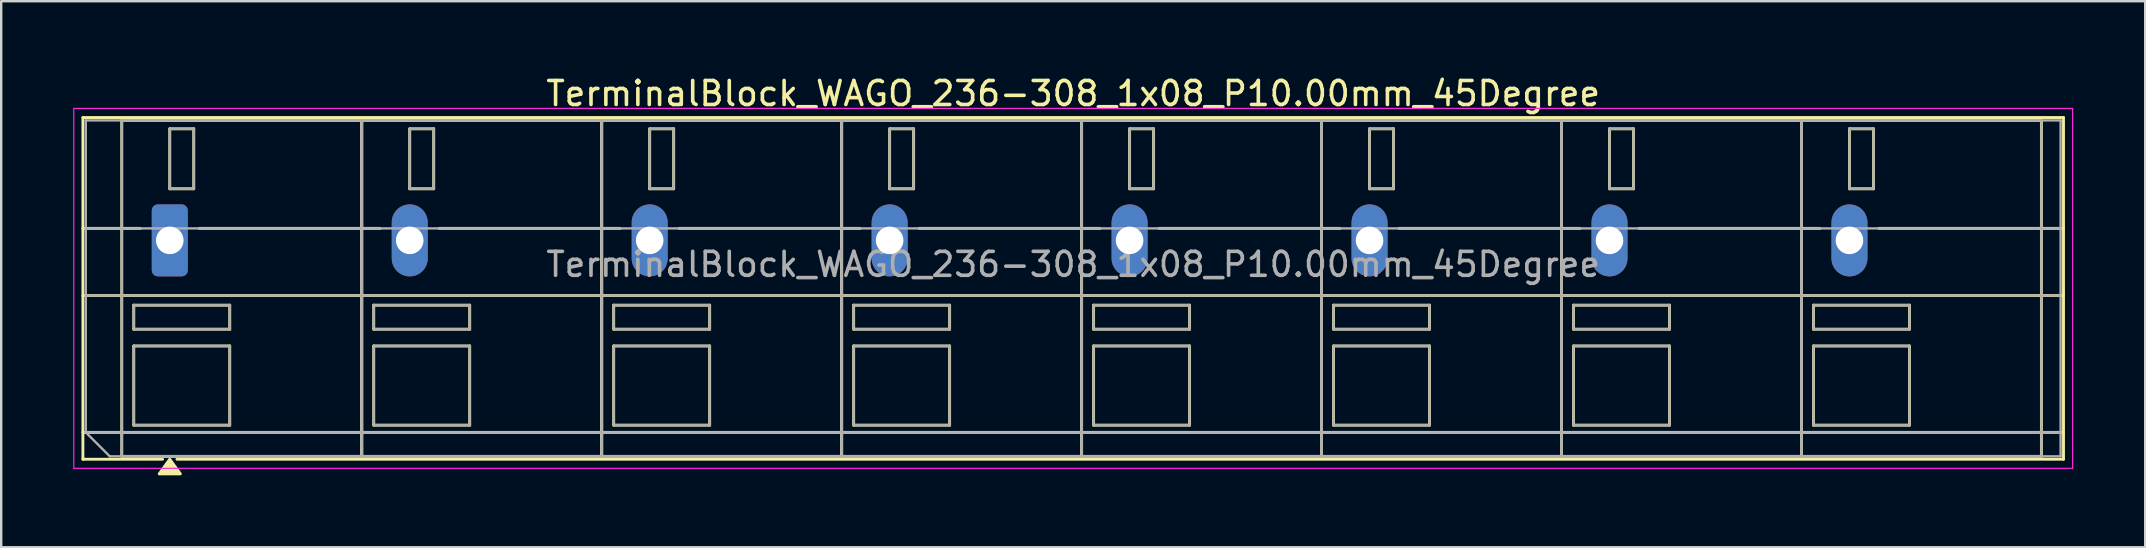
<source format=kicad_pcb>
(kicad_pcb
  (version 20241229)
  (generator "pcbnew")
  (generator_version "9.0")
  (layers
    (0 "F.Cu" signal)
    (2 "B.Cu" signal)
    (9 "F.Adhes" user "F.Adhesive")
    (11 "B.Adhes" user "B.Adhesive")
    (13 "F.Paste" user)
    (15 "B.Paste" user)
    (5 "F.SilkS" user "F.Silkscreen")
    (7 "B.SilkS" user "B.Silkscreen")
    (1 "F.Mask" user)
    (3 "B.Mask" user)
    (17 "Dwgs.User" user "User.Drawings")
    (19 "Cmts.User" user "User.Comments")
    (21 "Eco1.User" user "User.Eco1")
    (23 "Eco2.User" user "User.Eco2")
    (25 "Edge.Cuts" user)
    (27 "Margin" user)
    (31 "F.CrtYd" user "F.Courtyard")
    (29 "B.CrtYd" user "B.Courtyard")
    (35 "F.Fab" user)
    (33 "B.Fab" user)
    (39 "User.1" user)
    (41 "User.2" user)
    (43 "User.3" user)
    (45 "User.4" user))
  (footprint "TerminalBlock_WAGO_236-308_1x08_P10.00mm_45Degree"
    (layer "F.Cu")
    (at 4.025 6.968)
    (property "Reference" "TerminalBlock_WAGO_236-308_1x08_P10.00mm_45Degree" (at 37.65 -6.12 0) (layer "F.SilkS") (effects (font (size 1 1) (thickness 0.15))))
    (attr through_hole)
    (fp_line (start -3.62 -5.12) (end 78.92 -5.12) (stroke (width 0.12) (type solid)) (layer "F.SilkS"))
    (fp_line (start -3.62 -0.5) (end -1.23 -0.5) (stroke (width 0.12) (type solid)) (layer "F.SilkS"))
    (fp_line (start -3.62 2.3) (end 78.92 2.3) (stroke (width 0.12) (type solid)) (layer "F.SilkS"))
    (fp_line (start -3.62 8) (end 78.92 8) (stroke (width 0.12) (type solid)) (layer "F.SilkS"))
    (fp_line (start -3.62 9.12) (end -3.62 -5.12) (stroke (width 0.12) (type solid)) (layer "F.SilkS"))
    (fp_line (start -2 -5) (end 8 -5) (stroke (width 0.12) (type solid)) (layer "F.SilkS"))
    (fp_line (start -2 9) (end -2 -5) (stroke (width 0.12) (type solid)) (layer "F.SilkS"))
    (fp_line (start -1.5 2.7) (end 2.5 2.7) (stroke (width 0.12) (type solid)) (layer "F.SilkS"))
    (fp_line (start -1.5 3.7) (end -1.5 2.7) (stroke (width 0.12) (type solid)) (layer "F.SilkS"))
    (fp_line (start -1.5 4.4) (end 2.5 4.4) (stroke (width 0.12) (type solid)) (layer "F.SilkS"))
    (fp_line (start -1.5 7.7) (end -1.5 4.4) (stroke (width 0.12) (type solid)) (layer "F.SilkS"))
    (fp_line (start -0.3 9.12) (end -3.62 9.12) (stroke (width 0.12) (type solid)) (layer "F.SilkS"))
    (fp_line (start 0 -4.65) (end 1 -4.65) (stroke (width 0.12) (type solid)) (layer "F.SilkS"))
    (fp_line (start 0 -2.15) (end 0 -4.65) (stroke (width 0.12) (type solid)) (layer "F.SilkS"))
    (fp_line (start 1 -4.65) (end 1 -2.15) (stroke (width 0.12) (type solid)) (layer "F.SilkS"))
    (fp_line (start 1 -2.15) (end 0 -2.15) (stroke (width 0.12) (type solid)) (layer "F.SilkS"))
    (fp_line (start 1.23 -0.5) (end 8.77 -0.5) (stroke (width 0.12) (type solid)) (layer "F.SilkS"))
    (fp_line (start 2.5 2.7) (end 2.5 3.7) (stroke (width 0.12) (type solid)) (layer "F.SilkS"))
    (fp_line (start 2.5 3.7) (end -1.5 3.7) (stroke (width 0.12) (type solid)) (layer "F.SilkS"))
    (fp_line (start 2.5 4.4) (end 2.5 7.7) (stroke (width 0.12) (type solid)) (layer "F.SilkS"))
    (fp_line (start 2.5 7.7) (end -1.5 7.7) (stroke (width 0.12) (type solid)) (layer "F.SilkS"))
    (fp_line (start 8 -5) (end 8 9) (stroke (width 0.12) (type solid)) (layer "F.SilkS"))
    (fp_line (start 8 -5) (end 18 -5) (stroke (width 0.12) (type solid)) (layer "F.SilkS"))
    (fp_line (start 8 9) (end -2 9) (stroke (width 0.12) (type solid)) (layer "F.SilkS"))
    (fp_line (start 8 9) (end 8 -5) (stroke (width 0.12) (type solid)) (layer "F.SilkS"))
    (fp_line (start 8.5 2.7) (end 12.5 2.7) (stroke (width 0.12) (type solid)) (layer "F.SilkS"))
    (fp_line (start 8.5 3.7) (end 8.5 2.7) (stroke (width 0.12) (type solid)) (layer "F.SilkS"))
    (fp_line (start 8.5 4.4) (end 12.5 4.4) (stroke (width 0.12) (type solid)) (layer "F.SilkS"))
    (fp_line (start 8.5 7.7) (end 8.5 4.4) (stroke (width 0.12) (type solid)) (layer "F.SilkS"))
    (fp_line (start 10 -4.65) (end 11 -4.65) (stroke (width 0.12) (type solid)) (layer "F.SilkS"))
    (fp_line (start 10 -2.15) (end 10 -4.65) (stroke (width 0.12) (type solid)) (layer "F.SilkS"))
    (fp_line (start 11 -4.65) (end 11 -2.15) (stroke (width 0.12) (type solid)) (layer "F.SilkS"))
    (fp_line (start 11 -2.15) (end 10 -2.15) (stroke (width 0.12) (type solid)) (layer "F.SilkS"))
    (fp_line (start 11.23 -0.5) (end 18.77 -0.5) (stroke (width 0.12) (type solid)) (layer "F.SilkS"))
    (fp_line (start 12.5 2.7) (end 12.5 3.7) (stroke (width 0.12) (type solid)) (layer "F.SilkS"))
    (fp_line (start 12.5 3.7) (end 8.5 3.7) (stroke (width 0.12) (type solid)) (layer "F.SilkS"))
    (fp_line (start 12.5 4.4) (end 12.5 7.7) (stroke (width 0.12) (type solid)) (layer "F.SilkS"))
    (fp_line (start 12.5 7.7) (end 8.5 7.7) (stroke (width 0.12) (type solid)) (layer "F.SilkS"))
    (fp_line (start 18 -5) (end 18 9) (stroke (width 0.12) (type solid)) (layer "F.SilkS"))
    (fp_line (start 18 -5) (end 28 -5) (stroke (width 0.12) (type solid)) (layer "F.SilkS"))
    (fp_line (start 18 9) (end 8 9) (stroke (width 0.12) (type solid)) (layer "F.SilkS"))
    (fp_line (start 18 9) (end 18 -5) (stroke (width 0.12) (type solid)) (layer "F.SilkS"))
    (fp_line (start 18.5 2.7) (end 22.5 2.7) (stroke (width 0.12) (type solid)) (layer "F.SilkS"))
    (fp_line (start 18.5 3.7) (end 18.5 2.7) (stroke (width 0.12) (type solid)) (layer "F.SilkS"))
    (fp_line (start 18.5 4.4) (end 22.5 4.4) (stroke (width 0.12) (type solid)) (layer "F.SilkS"))
    (fp_line (start 18.5 7.7) (end 18.5 4.4) (stroke (width 0.12) (type solid)) (layer "F.SilkS"))
    (fp_line (start 20 -4.65) (end 21 -4.65) (stroke (width 0.12) (type solid)) (layer "F.SilkS"))
    (fp_line (start 20 -2.15) (end 20 -4.65) (stroke (width 0.12) (type solid)) (layer "F.SilkS"))
    (fp_line (start 21 -4.65) (end 21 -2.15) (stroke (width 0.12) (type solid)) (layer "F.SilkS"))
    (fp_line (start 21 -2.15) (end 20 -2.15) (stroke (width 0.12) (type solid)) (layer "F.SilkS"))
    (fp_line (start 21.23 -0.5) (end 28.77 -0.5) (stroke (width 0.12) (type solid)) (layer "F.SilkS"))
    (fp_line (start 22.5 2.7) (end 22.5 3.7) (stroke (width 0.12) (type solid)) (layer "F.SilkS"))
    (fp_line (start 22.5 3.7) (end 18.5 3.7) (stroke (width 0.12) (type solid)) (layer "F.SilkS"))
    (fp_line (start 22.5 4.4) (end 22.5 7.7) (stroke (width 0.12) (type solid)) (layer "F.SilkS"))
    (fp_line (start 22.5 7.7) (end 18.5 7.7) (stroke (width 0.12) (type solid)) (layer "F.SilkS"))
    (fp_line (start 28 -5) (end 28 9) (stroke (width 0.12) (type solid)) (layer "F.SilkS"))
    (fp_line (start 28 -5) (end 38 -5) (stroke (width 0.12) (type solid)) (layer "F.SilkS"))
    (fp_line (start 28 9) (end 18 9) (stroke (width 0.12) (type solid)) (layer "F.SilkS"))
    (fp_line (start 28 9) (end 28 -5) (stroke (width 0.12) (type solid)) (layer "F.SilkS"))
    (fp_line (start 28.5 2.7) (end 32.5 2.7) (stroke (width 0.12) (type solid)) (layer "F.SilkS"))
    (fp_line (start 28.5 3.7) (end 28.5 2.7) (stroke (width 0.12) (type solid)) (layer "F.SilkS"))
    (fp_line (start 28.5 4.4) (end 32.5 4.4) (stroke (width 0.12) (type solid)) (layer "F.SilkS"))
    (fp_line (start 28.5 7.7) (end 28.5 4.4) (stroke (width 0.12) (type solid)) (layer "F.SilkS"))
    (fp_line (start 30 -4.65) (end 31 -4.65) (stroke (width 0.12) (type solid)) (layer "F.SilkS"))
    (fp_line (start 30 -2.15) (end 30 -4.65) (stroke (width 0.12) (type solid)) (layer "F.SilkS"))
    (fp_line (start 31 -4.65) (end 31 -2.15) (stroke (width 0.12) (type solid)) (layer "F.SilkS"))
    (fp_line (start 31 -2.15) (end 30 -2.15) (stroke (width 0.12) (type solid)) (layer "F.SilkS"))
    (fp_line (start 31.23 -0.5) (end 38.77 -0.5) (stroke (width 0.12) (type solid)) (layer "F.SilkS"))
    (fp_line (start 32.5 2.7) (end 32.5 3.7) (stroke (width 0.12) (type solid)) (layer "F.SilkS"))
    (fp_line (start 32.5 3.7) (end 28.5 3.7) (stroke (width 0.12) (type solid)) (layer "F.SilkS"))
    (fp_line (start 32.5 4.4) (end 32.5 7.7) (stroke (width 0.12) (type solid)) (layer "F.SilkS"))
    (fp_line (start 32.5 7.7) (end 28.5 7.7) (stroke (width 0.12) (type solid)) (layer "F.SilkS"))
    (fp_line (start 38 -5) (end 38 9) (stroke (width 0.12) (type solid)) (layer "F.SilkS"))
    (fp_line (start 38 -5) (end 48 -5) (stroke (width 0.12) (type solid)) (layer "F.SilkS"))
    (fp_line (start 38 9) (end 28 9) (stroke (width 0.12) (type solid)) (layer "F.SilkS"))
    (fp_line (start 38 9) (end 38 -5) (stroke (width 0.12) (type solid)) (layer "F.SilkS"))
    (fp_line (start 38.5 2.7) (end 42.5 2.7) (stroke (width 0.12) (type solid)) (layer "F.SilkS"))
    (fp_line (start 38.5 3.7) (end 38.5 2.7) (stroke (width 0.12) (type solid)) (layer "F.SilkS"))
    (fp_line (start 38.5 4.4) (end 42.5 4.4) (stroke (width 0.12) (type solid)) (layer "F.SilkS"))
    (fp_line (start 38.5 7.7) (end 38.5 4.4) (stroke (width 0.12) (type solid)) (layer "F.SilkS"))
    (fp_line (start 40 -4.65) (end 41 -4.65) (stroke (width 0.12) (type solid)) (layer "F.SilkS"))
    (fp_line (start 40 -2.15) (end 40 -4.65) (stroke (width 0.12) (type solid)) (layer "F.SilkS"))
    (fp_line (start 41 -4.65) (end 41 -2.15) (stroke (width 0.12) (type solid)) (layer "F.SilkS"))
    (fp_line (start 41 -2.15) (end 40 -2.15) (stroke (width 0.12) (type solid)) (layer "F.SilkS"))
    (fp_line (start 41.23 -0.5) (end 48.77 -0.5) (stroke (width 0.12) (type solid)) (layer "F.SilkS"))
    (fp_line (start 42.5 2.7) (end 42.5 3.7) (stroke (width 0.12) (type solid)) (layer "F.SilkS"))
    (fp_line (start 42.5 3.7) (end 38.5 3.7) (stroke (width 0.12) (type solid)) (layer "F.SilkS"))
    (fp_line (start 42.5 4.4) (end 42.5 7.7) (stroke (width 0.12) (type solid)) (layer "F.SilkS"))
    (fp_line (start 42.5 7.7) (end 38.5 7.7) (stroke (width 0.12) (type solid)) (layer "F.SilkS"))
    (fp_line (start 48 -5) (end 48 9) (stroke (width 0.12) (type solid)) (layer "F.SilkS"))
    (fp_line (start 48 -5) (end 58 -5) (stroke (width 0.12) (type solid)) (layer "F.SilkS"))
    (fp_line (start 48 9) (end 38 9) (stroke (width 0.12) (type solid)) (layer "F.SilkS"))
    (fp_line (start 48 9) (end 48 -5) (stroke (width 0.12) (type solid)) (layer "F.SilkS"))
    (fp_line (start 48.5 2.7) (end 52.5 2.7) (stroke (width 0.12) (type solid)) (layer "F.SilkS"))
    (fp_line (start 48.5 3.7) (end 48.5 2.7) (stroke (width 0.12) (type solid)) (layer "F.SilkS"))
    (fp_line (start 48.5 4.4) (end 52.5 4.4) (stroke (width 0.12) (type solid)) (layer "F.SilkS"))
    (fp_line (start 48.5 7.7) (end 48.5 4.4) (stroke (width 0.12) (type solid)) (layer "F.SilkS"))
    (fp_line (start 50 -4.65) (end 51 -4.65) (stroke (width 0.12) (type solid)) (layer "F.SilkS"))
    (fp_line (start 50 -2.15) (end 50 -4.65) (stroke (width 0.12) (type solid)) (layer "F.SilkS"))
    (fp_line (start 51 -4.65) (end 51 -2.15) (stroke (width 0.12) (type solid)) (layer "F.SilkS"))
    (fp_line (start 51 -2.15) (end 50 -2.15) (stroke (width 0.12) (type solid)) (layer "F.SilkS"))
    (fp_line (start 51.23 -0.5) (end 58.77 -0.5) (stroke (width 0.12) (type solid)) (layer "F.SilkS"))
    (fp_line (start 52.5 2.7) (end 52.5 3.7) (stroke (width 0.12) (type solid)) (layer "F.SilkS"))
    (fp_line (start 52.5 3.7) (end 48.5 3.7) (stroke (width 0.12) (type solid)) (layer "F.SilkS"))
    (fp_line (start 52.5 4.4) (end 52.5 7.7) (stroke (width 0.12) (type solid)) (layer "F.SilkS"))
    (fp_line (start 52.5 7.7) (end 48.5 7.7) (stroke (width 0.12) (type solid)) (layer "F.SilkS"))
    (fp_line (start 58 -5) (end 58 9) (stroke (width 0.12) (type solid)) (layer "F.SilkS"))
    (fp_line (start 58 -5) (end 68 -5) (stroke (width 0.12) (type solid)) (layer "F.SilkS"))
    (fp_line (start 58 9) (end 48 9) (stroke (width 0.12) (type solid)) (layer "F.SilkS"))
    (fp_line (start 58 9) (end 58 -5) (stroke (width 0.12) (type solid)) (layer "F.SilkS"))
    (fp_line (start 58.5 2.7) (end 62.5 2.7) (stroke (width 0.12) (type solid)) (layer "F.SilkS"))
    (fp_line (start 58.5 3.7) (end 58.5 2.7) (stroke (width 0.12) (type solid)) (layer "F.SilkS"))
    (fp_line (start 58.5 4.4) (end 62.5 4.4) (stroke (width 0.12) (type solid)) (layer "F.SilkS"))
    (fp_line (start 58.5 7.7) (end 58.5 4.4) (stroke (width 0.12) (type solid)) (layer "F.SilkS"))
    (fp_line (start 60 -4.65) (end 61 -4.65) (stroke (width 0.12) (type solid)) (layer "F.SilkS"))
    (fp_line (start 60 -2.15) (end 60 -4.65) (stroke (width 0.12) (type solid)) (layer "F.SilkS"))
    (fp_line (start 61 -4.65) (end 61 -2.15) (stroke (width 0.12) (type solid)) (layer "F.SilkS"))
    (fp_line (start 61 -2.15) (end 60 -2.15) (stroke (width 0.12) (type solid)) (layer "F.SilkS"))
    (fp_line (start 61.23 -0.5) (end 68.77 -0.5) (stroke (width 0.12) (type solid)) (layer "F.SilkS"))
    (fp_line (start 62.5 2.7) (end 62.5 3.7) (stroke (width 0.12) (type solid)) (layer "F.SilkS"))
    (fp_line (start 62.5 3.7) (end 58.5 3.7) (stroke (width 0.12) (type solid)) (layer "F.SilkS"))
    (fp_line (start 62.5 4.4) (end 62.5 7.7) (stroke (width 0.12) (type solid)) (layer "F.SilkS"))
    (fp_line (start 62.5 7.7) (end 58.5 7.7) (stroke (width 0.12) (type solid)) (layer "F.SilkS"))
    (fp_line (start 68 -5) (end 68 9) (stroke (width 0.12) (type solid)) (layer "F.SilkS"))
    (fp_line (start 68 -5) (end 78 -5) (stroke (width 0.12) (type solid)) (layer "F.SilkS"))
    (fp_line (start 68 9) (end 58 9) (stroke (width 0.12) (type solid)) (layer "F.SilkS"))
    (fp_line (start 68 9) (end 68 -5) (stroke (width 0.12) (type solid)) (layer "F.SilkS"))
    (fp_line (start 68.5 2.7) (end 72.5 2.7) (stroke (width 0.12) (type solid)) (layer "F.SilkS"))
    (fp_line (start 68.5 3.7) (end 68.5 2.7) (stroke (width 0.12) (type solid)) (layer "F.SilkS"))
    (fp_line (start 68.5 4.4) (end 72.5 4.4) (stroke (width 0.12) (type solid)) (layer "F.SilkS"))
    (fp_line (start 68.5 7.7) (end 68.5 4.4) (stroke (width 0.12) (type solid)) (layer "F.SilkS"))
    (fp_line (start 70 -4.65) (end 71 -4.65) (stroke (width 0.12) (type solid)) (layer "F.SilkS"))
    (fp_line (start 70 -2.15) (end 70 -4.65) (stroke (width 0.12) (type solid)) (layer "F.SilkS"))
    (fp_line (start 71 -4.65) (end 71 -2.15) (stroke (width 0.12) (type solid)) (layer "F.SilkS"))
    (fp_line (start 71 -2.15) (end 70 -2.15) (stroke (width 0.12) (type solid)) (layer "F.SilkS"))
    (fp_line (start 71.23 -0.5) (end 78.92 -0.5) (stroke (width 0.12) (type solid)) (layer "F.SilkS"))
    (fp_line (start 72.5 2.7) (end 72.5 3.7) (stroke (width 0.12) (type solid)) (layer "F.SilkS"))
    (fp_line (start 72.5 3.7) (end 68.5 3.7) (stroke (width 0.12) (type solid)) (layer "F.SilkS"))
    (fp_line (start 72.5 4.4) (end 72.5 7.7) (stroke (width 0.12) (type solid)) (layer "F.SilkS"))
    (fp_line (start 72.5 7.7) (end 68.5 7.7) (stroke (width 0.12) (type solid)) (layer "F.SilkS"))
    (fp_line (start 78 -5) (end 78 9) (stroke (width 0.12) (type solid)) (layer "F.SilkS"))
    (fp_line (start 78 9) (end 68 9) (stroke (width 0.12) (type solid)) (layer "F.SilkS"))
    (fp_line (start 78.92 -5.12) (end 78.92 9.12) (stroke (width 0.12) (type solid)) (layer "F.SilkS"))
    (fp_line (start 78.92 9.12) (end 0.3 9.12) (stroke (width 0.12) (type solid)) (layer "F.SilkS"))
    (fp_poly (pts (xy 0 9.12) (xy 0.44 9.73) (xy -0.44 9.73)) (stroke (width 0.12) (type solid)) (fill yes) (layer "F.SilkS"))
    (fp_line (start -4 -5.5) (end -4 9.5) (stroke (width 0.05) (type solid)) (layer "F.CrtYd"))
    (fp_line (start -4 9.5) (end 79.3 9.5) (stroke (width 0.05) (type solid)) (layer "F.CrtYd"))
    (fp_line (start 79.3 -5.5) (end -4 -5.5) (stroke (width 0.05) (type solid)) (layer "F.CrtYd"))
    (fp_line (start 79.3 9.5) (end 79.3 -5.5) (stroke (width 0.05) (type solid)) (layer "F.CrtYd"))
    (fp_line (start -3.5 -5) (end 78.8 -5) (stroke (width 0.1) (type solid)) (layer "F.Fab"))
    (fp_line (start -3.5 -0.5) (end 78.8 -0.5) (stroke (width 0.1) (type solid)) (layer "F.Fab"))
    (fp_line (start -3.5 2.3) (end 78.8 2.3) (stroke (width 0.1) (type solid)) (layer "F.Fab"))
    (fp_line (start -3.5 8) (end -3.5 -5) (stroke (width 0.1) (type solid)) (layer "F.Fab"))
    (fp_line (start -3.5 8) (end 78.8 8) (stroke (width 0.1) (type solid)) (layer "F.Fab"))
    (fp_line (start -2.5 9) (end -3.5 8) (stroke (width 0.1) (type solid)) (layer "F.Fab"))
    (fp_line (start -2 -5) (end -2 9) (stroke (width 0.1) (type solid)) (layer "F.Fab"))
    (fp_line (start -2 9) (end 8 9) (stroke (width 0.1) (type solid)) (layer "F.Fab"))
    (fp_line (start -1.5 2.7) (end -1.5 3.7) (stroke (width 0.1) (type solid)) (layer "F.Fab"))
    (fp_line (start -1.5 3.7) (end 2.5 3.7) (stroke (width 0.1) (type solid)) (layer "F.Fab"))
    (fp_line (start -1.5 4.4) (end -1.5 7.7) (stroke (width 0.1) (type solid)) (layer "F.Fab"))
    (fp_line (start -1.5 7.7) (end 2.5 7.7) (stroke (width 0.1) (type solid)) (layer "F.Fab"))
    (fp_line (start 0 -4.65) (end 0 -2.15) (stroke (width 0.1) (type solid)) (layer "F.Fab"))
    (fp_line (start 0 -2.15) (end 1 -2.15) (stroke (width 0.1) (type solid)) (layer "F.Fab"))
    (fp_line (start 1 -4.65) (end 0 -4.65) (stroke (width 0.1) (type solid)) (layer "F.Fab"))
    (fp_line (start 1 -2.15) (end 1 -4.65) (stroke (width 0.1) (type solid)) (layer "F.Fab"))
    (fp_line (start 2.5 2.7) (end -1.5 2.7) (stroke (width 0.1) (type solid)) (layer "F.Fab"))
    (fp_line (start 2.5 3.7) (end 2.5 2.7) (stroke (width 0.1) (type solid)) (layer "F.Fab"))
    (fp_line (start 2.5 4.4) (end -1.5 4.4) (stroke (width 0.1) (type solid)) (layer "F.Fab"))
    (fp_line (start 2.5 7.7) (end 2.5 4.4) (stroke (width 0.1) (type solid)) (layer "F.Fab"))
    (fp_line (start 8 -5) (end -2 -5) (stroke (width 0.1) (type solid)) (layer "F.Fab"))
    (fp_line (start 8 -5) (end 8 9) (stroke (width 0.1) (type solid)) (layer "F.Fab"))
    (fp_line (start 8 9) (end 8 -5) (stroke (width 0.1) (type solid)) (layer "F.Fab"))
    (fp_line (start 8 9) (end 18 9) (stroke (width 0.1) (type solid)) (layer "F.Fab"))
    (fp_line (start 8.5 2.7) (end 8.5 3.7) (stroke (width 0.1) (type solid)) (layer "F.Fab"))
    (fp_line (start 8.5 3.7) (end 12.5 3.7) (stroke (width 0.1) (type solid)) (layer "F.Fab"))
    (fp_line (start 8.5 4.4) (end 8.5 7.7) (stroke (width 0.1) (type solid)) (layer "F.Fab"))
    (fp_line (start 8.5 7.7) (end 12.5 7.7) (stroke (width 0.1) (type solid)) (layer "F.Fab"))
    (fp_line (start 10 -4.65) (end 10 -2.15) (stroke (width 0.1) (type solid)) (layer "F.Fab"))
    (fp_line (start 10 -2.15) (end 11 -2.15) (stroke (width 0.1) (type solid)) (layer "F.Fab"))
    (fp_line (start 11 -4.65) (end 10 -4.65) (stroke (width 0.1) (type solid)) (layer "F.Fab"))
    (fp_line (start 11 -2.15) (end 11 -4.65) (stroke (width 0.1) (type solid)) (layer "F.Fab"))
    (fp_line (start 12.5 2.7) (end 8.5 2.7) (stroke (width 0.1) (type solid)) (layer "F.Fab"))
    (fp_line (start 12.5 3.7) (end 12.5 2.7) (stroke (width 0.1) (type solid)) (layer "F.Fab"))
    (fp_line (start 12.5 4.4) (end 8.5 4.4) (stroke (width 0.1) (type solid)) (layer "F.Fab"))
    (fp_line (start 12.5 7.7) (end 12.5 4.4) (stroke (width 0.1) (type solid)) (layer "F.Fab"))
    (fp_line (start 18 -5) (end 8 -5) (stroke (width 0.1) (type solid)) (layer "F.Fab"))
    (fp_line (start 18 -5) (end 18 9) (stroke (width 0.1) (type solid)) (layer "F.Fab"))
    (fp_line (start 18 9) (end 18 -5) (stroke (width 0.1) (type solid)) (layer "F.Fab"))
    (fp_line (start 18 9) (end 28 9) (stroke (width 0.1) (type solid)) (layer "F.Fab"))
    (fp_line (start 18.5 2.7) (end 18.5 3.7) (stroke (width 0.1) (type solid)) (layer "F.Fab"))
    (fp_line (start 18.5 3.7) (end 22.5 3.7) (stroke (width 0.1) (type solid)) (layer "F.Fab"))
    (fp_line (start 18.5 4.4) (end 18.5 7.7) (stroke (width 0.1) (type solid)) (layer "F.Fab"))
    (fp_line (start 18.5 7.7) (end 22.5 7.7) (stroke (width 0.1) (type solid)) (layer "F.Fab"))
    (fp_line (start 20 -4.65) (end 20 -2.15) (stroke (width 0.1) (type solid)) (layer "F.Fab"))
    (fp_line (start 20 -2.15) (end 21 -2.15) (stroke (width 0.1) (type solid)) (layer "F.Fab"))
    (fp_line (start 21 -4.65) (end 20 -4.65) (stroke (width 0.1) (type solid)) (layer "F.Fab"))
    (fp_line (start 21 -2.15) (end 21 -4.65) (stroke (width 0.1) (type solid)) (layer "F.Fab"))
    (fp_line (start 22.5 2.7) (end 18.5 2.7) (stroke (width 0.1) (type solid)) (layer "F.Fab"))
    (fp_line (start 22.5 3.7) (end 22.5 2.7) (stroke (width 0.1) (type solid)) (layer "F.Fab"))
    (fp_line (start 22.5 4.4) (end 18.5 4.4) (stroke (width 0.1) (type solid)) (layer "F.Fab"))
    (fp_line (start 22.5 7.7) (end 22.5 4.4) (stroke (width 0.1) (type solid)) (layer "F.Fab"))
    (fp_line (start 28 -5) (end 18 -5) (stroke (width 0.1) (type solid)) (layer "F.Fab"))
    (fp_line (start 28 -5) (end 28 9) (stroke (width 0.1) (type solid)) (layer "F.Fab"))
    (fp_line (start 28 9) (end 28 -5) (stroke (width 0.1) (type solid)) (layer "F.Fab"))
    (fp_line (start 28 9) (end 38 9) (stroke (width 0.1) (type solid)) (layer "F.Fab"))
    (fp_line (start 28.5 2.7) (end 28.5 3.7) (stroke (width 0.1) (type solid)) (layer "F.Fab"))
    (fp_line (start 28.5 3.7) (end 32.5 3.7) (stroke (width 0.1) (type solid)) (layer "F.Fab"))
    (fp_line (start 28.5 4.4) (end 28.5 7.7) (stroke (width 0.1) (type solid)) (layer "F.Fab"))
    (fp_line (start 28.5 7.7) (end 32.5 7.7) (stroke (width 0.1) (type solid)) (layer "F.Fab"))
    (fp_line (start 30 -4.65) (end 30 -2.15) (stroke (width 0.1) (type solid)) (layer "F.Fab"))
    (fp_line (start 30 -2.15) (end 31 -2.15) (stroke (width 0.1) (type solid)) (layer "F.Fab"))
    (fp_line (start 31 -4.65) (end 30 -4.65) (stroke (width 0.1) (type solid)) (layer "F.Fab"))
    (fp_line (start 31 -2.15) (end 31 -4.65) (stroke (width 0.1) (type solid)) (layer "F.Fab"))
    (fp_line (start 32.5 2.7) (end 28.5 2.7) (stroke (width 0.1) (type solid)) (layer "F.Fab"))
    (fp_line (start 32.5 3.7) (end 32.5 2.7) (stroke (width 0.1) (type solid)) (layer "F.Fab"))
    (fp_line (start 32.5 4.4) (end 28.5 4.4) (stroke (width 0.1) (type solid)) (layer "F.Fab"))
    (fp_line (start 32.5 7.7) (end 32.5 4.4) (stroke (width 0.1) (type solid)) (layer "F.Fab"))
    (fp_line (start 38 -5) (end 28 -5) (stroke (width 0.1) (type solid)) (layer "F.Fab"))
    (fp_line (start 38 -5) (end 38 9) (stroke (width 0.1) (type solid)) (layer "F.Fab"))
    (fp_line (start 38 9) (end 38 -5) (stroke (width 0.1) (type solid)) (layer "F.Fab"))
    (fp_line (start 38 9) (end 48 9) (stroke (width 0.1) (type solid)) (layer "F.Fab"))
    (fp_line (start 38.5 2.7) (end 38.5 3.7) (stroke (width 0.1) (type solid)) (layer "F.Fab"))
    (fp_line (start 38.5 3.7) (end 42.5 3.7) (stroke (width 0.1) (type solid)) (layer "F.Fab"))
    (fp_line (start 38.5 4.4) (end 38.5 7.7) (stroke (width 0.1) (type solid)) (layer "F.Fab"))
    (fp_line (start 38.5 7.7) (end 42.5 7.7) (stroke (width 0.1) (type solid)) (layer "F.Fab"))
    (fp_line (start 40 -4.65) (end 40 -2.15) (stroke (width 0.1) (type solid)) (layer "F.Fab"))
    (fp_line (start 40 -2.15) (end 41 -2.15) (stroke (width 0.1) (type solid)) (layer "F.Fab"))
    (fp_line (start 41 -4.65) (end 40 -4.65) (stroke (width 0.1) (type solid)) (layer "F.Fab"))
    (fp_line (start 41 -2.15) (end 41 -4.65) (stroke (width 0.1) (type solid)) (layer "F.Fab"))
    (fp_line (start 42.5 2.7) (end 38.5 2.7) (stroke (width 0.1) (type solid)) (layer "F.Fab"))
    (fp_line (start 42.5 3.7) (end 42.5 2.7) (stroke (width 0.1) (type solid)) (layer "F.Fab"))
    (fp_line (start 42.5 4.4) (end 38.5 4.4) (stroke (width 0.1) (type solid)) (layer "F.Fab"))
    (fp_line (start 42.5 7.7) (end 42.5 4.4) (stroke (width 0.1) (type solid)) (layer "F.Fab"))
    (fp_line (start 48 -5) (end 38 -5) (stroke (width 0.1) (type solid)) (layer "F.Fab"))
    (fp_line (start 48 -5) (end 48 9) (stroke (width 0.1) (type solid)) (layer "F.Fab"))
    (fp_line (start 48 9) (end 48 -5) (stroke (width 0.1) (type solid)) (layer "F.Fab"))
    (fp_line (start 48 9) (end 58 9) (stroke (width 0.1) (type solid)) (layer "F.Fab"))
    (fp_line (start 48.5 2.7) (end 48.5 3.7) (stroke (width 0.1) (type solid)) (layer "F.Fab"))
    (fp_line (start 48.5 3.7) (end 52.5 3.7) (stroke (width 0.1) (type solid)) (layer "F.Fab"))
    (fp_line (start 48.5 4.4) (end 48.5 7.7) (stroke (width 0.1) (type solid)) (layer "F.Fab"))
    (fp_line (start 48.5 7.7) (end 52.5 7.7) (stroke (width 0.1) (type solid)) (layer "F.Fab"))
    (fp_line (start 50 -4.65) (end 50 -2.15) (stroke (width 0.1) (type solid)) (layer "F.Fab"))
    (fp_line (start 50 -2.15) (end 51 -2.15) (stroke (width 0.1) (type solid)) (layer "F.Fab"))
    (fp_line (start 51 -4.65) (end 50 -4.65) (stroke (width 0.1) (type solid)) (layer "F.Fab"))
    (fp_line (start 51 -2.15) (end 51 -4.65) (stroke (width 0.1) (type solid)) (layer "F.Fab"))
    (fp_line (start 52.5 2.7) (end 48.5 2.7) (stroke (width 0.1) (type solid)) (layer "F.Fab"))
    (fp_line (start 52.5 3.7) (end 52.5 2.7) (stroke (width 0.1) (type solid)) (layer "F.Fab"))
    (fp_line (start 52.5 4.4) (end 48.5 4.4) (stroke (width 0.1) (type solid)) (layer "F.Fab"))
    (fp_line (start 52.5 7.7) (end 52.5 4.4) (stroke (width 0.1) (type solid)) (layer "F.Fab"))
    (fp_line (start 58 -5) (end 48 -5) (stroke (width 0.1) (type solid)) (layer "F.Fab"))
    (fp_line (start 58 -5) (end 58 9) (stroke (width 0.1) (type solid)) (layer "F.Fab"))
    (fp_line (start 58 9) (end 58 -5) (stroke (width 0.1) (type solid)) (layer "F.Fab"))
    (fp_line (start 58 9) (end 68 9) (stroke (width 0.1) (type solid)) (layer "F.Fab"))
    (fp_line (start 58.5 2.7) (end 58.5 3.7) (stroke (width 0.1) (type solid)) (layer "F.Fab"))
    (fp_line (start 58.5 3.7) (end 62.5 3.7) (stroke (width 0.1) (type solid)) (layer "F.Fab"))
    (fp_line (start 58.5 4.4) (end 58.5 7.7) (stroke (width 0.1) (type solid)) (layer "F.Fab"))
    (fp_line (start 58.5 7.7) (end 62.5 7.7) (stroke (width 0.1) (type solid)) (layer "F.Fab"))
    (fp_line (start 60 -4.65) (end 60 -2.15) (stroke (width 0.1) (type solid)) (layer "F.Fab"))
    (fp_line (start 60 -2.15) (end 61 -2.15) (stroke (width 0.1) (type solid)) (layer "F.Fab"))
    (fp_line (start 61 -4.65) (end 60 -4.65) (stroke (width 0.1) (type solid)) (layer "F.Fab"))
    (fp_line (start 61 -2.15) (end 61 -4.65) (stroke (width 0.1) (type solid)) (layer "F.Fab"))
    (fp_line (start 62.5 2.7) (end 58.5 2.7) (stroke (width 0.1) (type solid)) (layer "F.Fab"))
    (fp_line (start 62.5 3.7) (end 62.5 2.7) (stroke (width 0.1) (type solid)) (layer "F.Fab"))
    (fp_line (start 62.5 4.4) (end 58.5 4.4) (stroke (width 0.1) (type solid)) (layer "F.Fab"))
    (fp_line (start 62.5 7.7) (end 62.5 4.4) (stroke (width 0.1) (type solid)) (layer "F.Fab"))
    (fp_line (start 68 -5) (end 58 -5) (stroke (width 0.1) (type solid)) (layer "F.Fab"))
    (fp_line (start 68 -5) (end 68 9) (stroke (width 0.1) (type solid)) (layer "F.Fab"))
    (fp_line (start 68 9) (end 68 -5) (stroke (width 0.1) (type solid)) (layer "F.Fab"))
    (fp_line (start 68 9) (end 78 9) (stroke (width 0.1) (type solid)) (layer "F.Fab"))
    (fp_line (start 68.5 2.7) (end 68.5 3.7) (stroke (width 0.1) (type solid)) (layer "F.Fab"))
    (fp_line (start 68.5 3.7) (end 72.5 3.7) (stroke (width 0.1) (type solid)) (layer "F.Fab"))
    (fp_line (start 68.5 4.4) (end 68.5 7.7) (stroke (width 0.1) (type solid)) (layer "F.Fab"))
    (fp_line (start 68.5 7.7) (end 72.5 7.7) (stroke (width 0.1) (type solid)) (layer "F.Fab"))
    (fp_line (start 70 -4.65) (end 70 -2.15) (stroke (width 0.1) (type solid)) (layer "F.Fab"))
    (fp_line (start 70 -2.15) (end 71 -2.15) (stroke (width 0.1) (type solid)) (layer "F.Fab"))
    (fp_line (start 71 -4.65) (end 70 -4.65) (stroke (width 0.1) (type solid)) (layer "F.Fab"))
    (fp_line (start 71 -2.15) (end 71 -4.65) (stroke (width 0.1) (type solid)) (layer "F.Fab"))
    (fp_line (start 72.5 2.7) (end 68.5 2.7) (stroke (width 0.1) (type solid)) (layer "F.Fab"))
    (fp_line (start 72.5 3.7) (end 72.5 2.7) (stroke (width 0.1) (type solid)) (layer "F.Fab"))
    (fp_line (start 72.5 4.4) (end 68.5 4.4) (stroke (width 0.1) (type solid)) (layer "F.Fab"))
    (fp_line (start 72.5 7.7) (end 72.5 4.4) (stroke (width 0.1) (type solid)) (layer "F.Fab"))
    (fp_line (start 78 -5) (end 68 -5) (stroke (width 0.1) (type solid)) (layer "F.Fab"))
    (fp_line (start 78 9) (end 78 -5) (stroke (width 0.1) (type solid)) (layer "F.Fab"))
    (fp_line (start 78.8 -5) (end 78.8 9) (stroke (width 0.1) (type solid)) (layer "F.Fab"))
    (fp_line (start 78.8 9) (end -2.5 9) (stroke (width 0.1) (type solid)) (layer "F.Fab"))
    (fp_text user "${REFERENCE}" (at 37.65 1 0) (layer "F.Fab") (effects (font (size 1 1) (thickness 0.15))))
    (pad "1" thru_hole roundrect (at 0 0) (size 1.5 3) (drill 1.15) (layers "*.Cu" "*.Mask") (roundrect_rratio 0.167))
    (pad "2" thru_hole oval (at 10 0) (size 1.5 3) (drill 1.15) (layers "*.Cu" "*.Mask"))
    (pad "3" thru_hole oval (at 20 0) (size 1.5 3) (drill 1.15) (layers "*.Cu" "*.Mask"))
    (pad "4" thru_hole oval (at 30 0) (size 1.5 3) (drill 1.15) (layers "*.Cu" "*.Mask"))
    (pad "5" thru_hole oval (at 40 0) (size 1.5 3) (drill 1.15) (layers "*.Cu" "*.Mask"))
    (pad "6" thru_hole oval (at 50 0) (size 1.5 3) (drill 1.15) (layers "*.Cu" "*.Mask"))
    (pad "7" thru_hole oval (at 60 0) (size 1.5 3) (drill 1.15) (layers "*.Cu" "*.Mask"))
    (pad "8" thru_hole oval (at 70 0) (size 1.5 3) (drill 1.15) (layers "*.Cu" "*.Mask")))
  (gr_rect
    (start -3 -3)
    (end 86.35 19.758)
    (stroke (width 0.1) (type default))
    (fill no)
    (layer "Edge.Cuts")))
</source>
